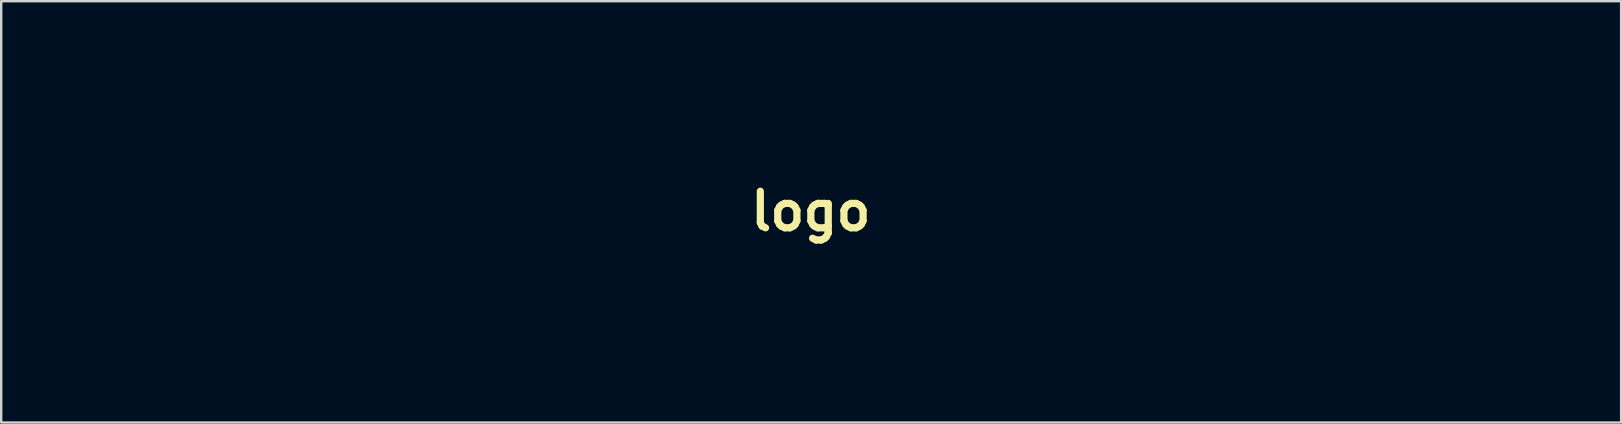
<source format=kicad_pcb>
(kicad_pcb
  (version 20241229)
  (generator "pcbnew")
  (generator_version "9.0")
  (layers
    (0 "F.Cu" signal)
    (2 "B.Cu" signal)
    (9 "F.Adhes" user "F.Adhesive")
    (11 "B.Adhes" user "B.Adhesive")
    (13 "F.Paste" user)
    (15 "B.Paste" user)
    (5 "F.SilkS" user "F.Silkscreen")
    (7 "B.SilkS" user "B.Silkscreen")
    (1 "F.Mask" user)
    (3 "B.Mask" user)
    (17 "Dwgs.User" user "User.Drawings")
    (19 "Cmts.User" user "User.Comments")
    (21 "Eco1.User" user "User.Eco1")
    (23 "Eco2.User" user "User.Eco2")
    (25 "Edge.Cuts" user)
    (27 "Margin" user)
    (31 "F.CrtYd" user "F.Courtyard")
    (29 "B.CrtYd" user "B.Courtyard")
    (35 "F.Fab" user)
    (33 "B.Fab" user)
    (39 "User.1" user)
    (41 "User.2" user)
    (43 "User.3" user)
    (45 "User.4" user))
  (footprint "logo"
    (layer "F.Cu")
    (at 30.738 5.753)
    (property "Reference" "logo" (at 0 0 0) (layer "F.SilkS") (effects (font (size 1.524 1.524) (thickness 0.3))))
    (attr through_hole)
    (fp_poly (pts (xy -13.075 -4.389) (xy -12.83 -4.225) (xy -12.716 -3.962) (xy -12.738 -3.607) (xy -12.866 -3.24) (xy -13.077 -2.927) (xy -13.363 -2.696) (xy -13.688 -2.561) (xy -14.013 -2.535) (xy -14.298 -2.633) (xy -14.393 -2.709) (xy -14.519 -2.939) (xy -14.562 -3.253) (xy -14.521 -3.588) (xy -14.444 -3.793) (xy -14.19 -4.157) (xy -13.877 -4.37) (xy -13.484 -4.445) (xy -13.448 -4.445) (xy -13.075 -4.389)) (stroke (width 0.01) (type solid)) (fill no) (layer "Eco2.User"))
    (fp_poly (pts (xy -21.514 -5.719) (xy -21.453 -5.656) (xy -21.474 -5.539) (xy -21.626 -5.367) (xy -21.698 -5.305) (xy -22.006 -5.056) (xy -21.619 -4.799) (xy -21.164 -4.413) (xy -20.859 -3.97) (xy -20.703 -3.492) (xy -20.696 -3.001) (xy -20.838 -2.518) (xy -21.128 -2.066) (xy -21.566 -1.666) (xy -21.675 -1.592) (xy -21.815 -1.479) (xy -21.824 -1.377) (xy -21.778 -1.299) (xy -21.5 -0.807) (xy -21.368 -0.33) (xy -21.362 0.121) (xy -21.501 0.863) (xy -21.769 1.495) (xy -22.166 2.017) (xy -22.69 2.429) (xy -22.925 2.558) (xy -23.273 2.714) (xy -23.562 2.799) (xy -23.877 2.833) (xy -24.092 2.836) (xy -24.439 2.826) (xy -24.684 2.785) (xy -24.894 2.695) (xy -25.051 2.599) (xy -25.323 2.373) (xy -25.575 2.092) (xy -25.641 1.997) (xy -25.872 1.632) (xy -26.347 2.074) (xy -26.8 2.456) (xy -27.221 2.711) (xy -27.662 2.863) (xy -28.174 2.931) (xy -28.363 2.94) (xy -28.915 2.929) (xy -29.323 2.864) (xy -29.414 2.834) (xy -29.898 2.572) (xy -30.293 2.202) (xy -30.574 1.755) (xy -30.719 1.263) (xy -30.733 1.055) (xy -30.672 0.681) (xy -30.511 0.29) (xy -30.284 -0.047) (xy -30.117 -0.205) (xy -29.792 -0.359) (xy -29.462 -0.38) (xy -29.162 -0.283) (xy -28.93 -0.084) (xy -28.801 0.201) (xy -28.787 0.349) (xy -28.808 0.555) (xy -28.892 0.736) (xy -29.069 0.945) (xy -29.168 1.045) (xy -29.411 1.31) (xy -29.524 1.51) (xy -29.515 1.68) (xy -29.391 1.851) (xy -29.379 1.863) (xy -29.124 2.005) (xy -28.8 2.012) (xy -28.427 1.889) (xy -28.026 1.644) (xy -27.628 1.292) (xy -25.28 1.292) (xy -25.139 1.541) (xy -24.874 1.721) (xy -24.662 1.821) (xy -24.522 1.852) (xy -24.375 1.822) (xy -24.241 1.773) (xy -23.874 1.551) (xy -23.547 1.199) (xy -23.282 0.754) (xy -23.103 0.255) (xy -23.03 -0.261) (xy -23.029 -0.308) (xy -23.061 -0.713) (xy -23.17 -0.987) (xy -23.374 -1.159) (xy -23.664 -1.251) (xy -23.891 -1.316) (xy -23.997 -1.414) (xy -24.029 -1.54) (xy -23.982 -1.769) (xy -23.793 -1.934) (xy -23.483 -2.022) (xy -23.303 -2.032) (xy -22.865 -2.098) (xy -22.528 -2.297) (xy -22.29 -2.631) (xy -22.148 -3.104) (xy -22.115 -3.364) (xy -22.102 -3.635) (xy -22.139 -3.814) (xy -22.251 -3.976) (xy -22.376 -4.104) (xy -22.565 -4.277) (xy -22.716 -4.385) (xy -22.765 -4.403) (xy -22.861 -4.341) (xy -23.022 -4.18) (xy -23.188 -3.983) (xy -23.314 -3.813) (xy -23.43 -3.631) (xy -23.544 -3.414) (xy -23.668 -3.137) (xy -23.812 -2.778) (xy -23.985 -2.314) (xy -24.198 -1.721) (xy -24.289 -1.465) (xy -24.624 -0.518) (xy -24.208 -0.567) (xy -23.96 -0.59) (xy -23.837 -0.573) (xy -23.795 -0.502) (xy -23.791 -0.434) (xy -23.834 -0.304) (xy -23.983 -0.181) (xy -24.237 -0.055) (xy -24.675 0.191) (xy -25.014 0.488) (xy -25.227 0.807) (xy -25.278 0.968) (xy -25.28 1.292) (xy -27.628 1.292) (xy -27.618 1.284) (xy -27.608 1.273) (xy -27.43 1.056) (xy -27.193 0.722) (xy -26.92 0.303) (xy -26.632 -0.168) (xy -26.458 -0.466) (xy -25.942 -1.358) (xy -25.485 -2.116) (xy -25.075 -2.759) (xy -24.698 -3.308) (xy -24.342 -3.782) (xy -24.197 -3.963) (xy -23.982 -4.234) (xy -23.822 -4.455) (xy -23.739 -4.596) (xy -23.734 -4.628) (xy -23.884 -4.679) (xy -24.153 -4.684) (xy -24.501 -4.647) (xy -24.885 -4.576) (xy -25.265 -4.474) (xy -25.461 -4.405) (xy -26.145 -4.08) (xy -26.702 -3.688) (xy -27.12 -3.239) (xy -27.391 -2.746) (xy -27.497 -2.29) (xy -27.514 -1.896) (xy -27.465 -1.622) (xy -27.33 -1.428) (xy -27.092 -1.273) (xy -27.052 -1.253) (xy -26.788 -1.109) (xy -26.658 -0.983) (xy -26.638 -0.838) (xy -26.677 -0.701) (xy -26.821 -0.511) (xy -27.041 -0.44) (xy -27.303 -0.481) (xy -27.575 -0.623) (xy -27.822 -0.859) (xy -27.94 -1.035) (xy -28.098 -1.479) (xy -28.123 -2.016) (xy -28.015 -2.651) (xy -27.98 -2.781) (xy -27.75 -3.308) (xy -27.375 -3.817) (xy -26.88 -4.286) (xy -26.287 -4.694) (xy -25.623 -5.019) (xy -25.416 -5.095) (xy -25.125 -5.185) (xy -24.837 -5.244) (xy -24.502 -5.279) (xy -24.072 -5.296) (xy -23.791 -5.3) (xy -23.334 -5.307) (xy -23.004 -5.323) (xy -22.758 -5.355) (xy -22.555 -5.409) (xy -22.353 -5.492) (xy -22.267 -5.532) (xy -21.91 -5.687) (xy -21.666 -5.748) (xy -21.514 -5.719)) (stroke (width 0.01) (type solid)) (fill no) (layer "Eco2.User"))
    (fp_poly (pts (xy 30.149 -4.51) (xy 30.354 -4.386) (xy 30.552 -4.156) (xy 30.701 -3.882) (xy 30.76 -3.622) (xy 30.759 -3.61) (xy 30.712 -3.381) (xy 30.581 -3.007) (xy 30.365 -2.492) (xy 30.067 -1.837) (xy 29.686 -1.044) (xy 29.335 -0.334) (xy 29.123 0.099) (xy 28.941 0.489) (xy 28.802 0.807) (xy 28.72 1.024) (xy 28.702 1.1) (xy 28.751 1.242) (xy 28.892 1.251) (xy 29.112 1.132) (xy 29.306 0.974) (xy 29.534 0.779) (xy 29.683 0.695) (xy 29.789 0.709) (xy 29.877 0.792) (xy 29.892 0.939) (xy 29.774 1.174) (xy 29.529 1.487) (xy 29.163 1.87) (xy 29.012 2.014) (xy 28.558 2.384) (xy 28.112 2.641) (xy 27.695 2.779) (xy 27.327 2.793) (xy 27.029 2.677) (xy 26.939 2.598) (xy 26.809 2.438) (xy 26.753 2.324) (xy 26.753 2.323) (xy 26.711 2.187) (xy 26.675 2.122) (xy 26.607 2.073) (xy 26.495 2.115) (xy 26.309 2.263) (xy 26.244 2.321) (xy 25.802 2.659) (xy 25.402 2.836) (xy 25.04 2.851) (xy 24.712 2.707) (xy 24.618 2.631) (xy 24.457 2.47) (xy 24.375 2.314) (xy 24.347 2.097) (xy 24.346 1.912) (xy 24.343 1.655) (xy 24.331 1.483) (xy 24.317 1.439) (xy 24.243 1.492) (xy 24.077 1.632) (xy 23.85 1.832) (xy 23.785 1.89) (xy 23.278 2.297) (xy 22.791 2.586) (xy 22.343 2.752) (xy 21.95 2.787) (xy 21.67 2.707) (xy 21.497 2.547) (xy 21.345 2.299) (xy 21.258 2.044) (xy 21.252 1.973) (xy 21.304 1.74) (xy 21.447 1.413) (xy 21.659 1.03) (xy 21.923 0.625) (xy 22.086 0.404) (xy 22.372 0.019) (xy 22.556 -0.262) (xy 22.649 -0.464) (xy 22.662 -0.609) (xy 22.608 -0.717) (xy 22.467 -0.826) (xy 22.391 -0.847) (xy 22.299 -0.784) (xy 22.125 -0.614) (xy 21.892 -0.36) (xy 21.622 -0.045) (xy 21.554 0.037) (xy 20.773 0.913) (xy 19.914 1.747) (xy 19.115 2.419) (xy 18.755 2.64) (xy 18.394 2.762) (xy 18.062 2.786) (xy 17.788 2.715) (xy 17.6 2.551) (xy 17.526 2.297) (xy 17.526 2.284) (xy 17.513 2.106) (xy 17.483 2.032) (xy 17.483 2.032) (xy 17.397 2.076) (xy 17.21 2.193) (xy 16.96 2.359) (xy 16.921 2.386) (xy 16.581 2.597) (xy 16.296 2.717) (xy 15.998 2.773) (xy 15.952 2.777) (xy 15.677 2.79) (xy 15.498 2.756) (xy 15.343 2.651) (xy 15.233 2.547) (xy 15.078 2.376) (xy 15.005 2.223) (xy 14.991 2.019) (xy 15.004 1.817) (xy 15.023 1.563) (xy 15.033 1.395) (xy 15.032 1.355) (xy 14.958 1.389) (xy 14.784 1.476) (xy 14.69 1.524) (xy 14.402 1.633) (xy 14.109 1.691) (xy 14.052 1.693) (xy 13.841 1.72) (xy 13.642 1.821) (xy 13.402 2.024) (xy 13.367 2.057) (xy 12.897 2.435) (xy 12.414 2.667) (xy 11.874 2.774) (xy 11.833 2.778) (xy 11.483 2.783) (xy 11.241 2.731) (xy 11.13 2.673) (xy 10.824 2.375) (xy 10.637 1.975) (xy 10.584 1.576) (xy 10.567 1.38) (xy 12.228 1.38) (xy 12.249 1.535) (xy 12.267 1.578) (xy 12.415 1.742) (xy 12.621 1.771) (xy 12.84 1.667) (xy 12.943 1.561) (xy 13.049 1.384) (xy 13.076 1.218) (xy 16.878 1.218) (xy 16.901 1.381) (xy 17.012 1.433) (xy 17.209 1.364) (xy 17.489 1.161) (xy 17.595 1.065) (xy 17.887 0.755) (xy 18.145 0.413) (xy 18.36 0.064) (xy 18.519 -0.268) (xy 18.612 -0.558) (xy 18.629 -0.78) (xy 18.557 -0.909) (xy 18.468 -0.931) (xy 18.312 -0.864) (xy 18.09 -0.678) (xy 17.827 -0.4) (xy 17.546 -0.053) (xy 17.37 0.191) (xy 17.109 0.611) (xy 16.946 0.958) (xy 16.878 1.218) (xy 13.076 1.218) (xy 13.082 1.178) (xy 13.065 0.927) (xy 13.057 0.582) (xy 13.141 0.368) (xy 13.327 0.267) (xy 13.477 0.254) (xy 13.643 0.23) (xy 13.76 0.13) (xy 13.876 -0.086) (xy 13.888 -0.113) (xy 14.023 -0.495) (xy 14.071 -0.81) (xy 14.036 -1.036) (xy 13.924 -1.155) (xy 13.742 -1.147) (xy 13.606 -1.077) (xy 13.441 -0.919) (xy 13.229 -0.644) (xy 12.994 -0.29) (xy 12.757 0.107) (xy 12.544 0.51) (xy 12.384 0.863) (xy 12.27 1.172) (xy 12.228 1.38) (xy 10.567 1.38) (xy 10.558 1.267) (xy 10.474 1.088) (xy 10.437 1.055) (xy 10.343 0.958) (xy 10.356 0.838) (xy 10.408 0.731) (xy 10.507 0.592) (xy 10.699 0.361) (xy 10.96 0.065) (xy 11.266 -0.269) (xy 11.389 -0.4) (xy 11.942 -0.956) (xy 12.427 -1.377) (xy 12.859 -1.674) (xy 13.256 -1.858) (xy 13.634 -1.94) (xy 13.783 -1.947) (xy 14.164 -1.922) (xy 14.424 -1.834) (xy 14.606 -1.662) (xy 14.689 -1.526) (xy 14.8 -1.14) (xy 14.793 -0.649) (xy 14.671 -0.071) (xy 14.587 0.188) (xy 14.472 0.534) (xy 14.42 0.757) (xy 14.425 0.889) (xy 14.459 0.946) (xy 14.527 0.964) (xy 14.641 0.909) (xy 14.819 0.765) (xy 15.077 0.519) (xy 15.346 0.249) (xy 15.676 -0.094) (xy 15.996 -0.437) (xy 16.27 -0.74) (xy 16.46 -0.963) (xy 16.799 -1.307) (xy 17.224 -1.577) (xy 17.335 -1.631) (xy 17.629 -1.761) (xy 17.862 -1.832) (xy 18.101 -1.858) (xy 18.416 -1.849) (xy 18.552 -1.84) (xy 19.224 -1.794) (xy 19.395 -2.129) (xy 19.565 -2.399) (xy 19.74 -2.517) (xy 19.947 -2.501) (xy 20.029 -2.468) (xy 20.238 -2.306) (xy 20.428 -2.053) (xy 20.551 -1.78) (xy 20.574 -1.64) (xy 20.537 -1.504) (xy 20.437 -1.248) (xy 20.286 -0.903) (xy 20.098 -0.499) (xy 19.981 -0.26) (xy 19.695 0.344) (xy 19.503 0.808) (xy 19.405 1.132) (xy 19.402 1.317) (xy 19.494 1.364) (xy 19.681 1.273) (xy 19.963 1.046) (xy 20.342 0.682) (xy 20.367 0.656) (xy 20.846 0.144) (xy 21.216 -0.303) (xy 21.469 -0.675) (xy 21.6 -0.964) (xy 21.603 -1.161) (xy 21.597 -1.172) (xy 21.509 -1.494) (xy 21.551 -1.831) (xy 21.699 -2.143) (xy 21.931 -2.387) (xy 22.223 -2.525) (xy 22.365 -2.54) (xy 22.641 -2.475) (xy 22.8 -2.294) (xy 22.827 -2.015) (xy 22.821 -1.976) (xy 22.811 -1.764) (xy 22.891 -1.651) (xy 23.08 -1.63) (xy 23.395 -1.694) (xy 23.526 -1.732) (xy 23.924 -1.832) (xy 24.21 -1.849) (xy 24.386 -1.775) (xy 24.456 -1.599) (xy 24.423 -1.312) (xy 24.29 -0.905) (xy 24.059 -0.368) (xy 24 -0.24) (xy 23.755 0.29) (xy 23.582 0.688) (xy 23.473 0.972) (xy 23.424 1.161) (xy 23.428 1.273) (xy 23.464 1.319) (xy 23.567 1.29) (xy 23.759 1.149) (xy 23.789 1.123) (xy 26.184 1.123) (xy 26.237 1.299) (xy 26.377 1.352) (xy 26.582 1.273) (xy 26.833 1.057) (xy 26.851 1.037) (xy 27.164 0.654) (xy 27.426 0.267) (xy 27.627 -0.1) (xy 27.759 -0.426) (xy 27.813 -0.688) (xy 27.779 -0.864) (xy 27.649 -0.931) (xy 27.642 -0.931) (xy 27.494 -0.864) (xy 27.286 -0.682) (xy 27.044 -0.417) (xy 26.793 -0.103) (xy 26.558 0.229) (xy 26.366 0.548) (xy 26.242 0.82) (xy 26.239 0.829) (xy 26.184 1.123) (xy 23.789 1.123) (xy 24.021 0.916) (xy 24.333 0.61) (xy 24.675 0.249) (xy 25.029 -0.148) (xy 25.198 -0.347) (xy 25.64 -0.828) (xy 26.096 -1.24) (xy 26.538 -1.559) (xy 26.939 -1.767) (xy 27.146 -1.828) (xy 27.554 -1.85) (xy 27.974 -1.786) (xy 28.118 -1.739) (xy 28.186 -1.75) (xy 28.281 -1.84) (xy 28.413 -2.025) (xy 28.595 -2.32) (xy 28.837 -2.742) (xy 28.992 -3.023) (xy 29.237 -3.459) (xy 29.461 -3.847) (xy 29.65 -4.16) (xy 29.788 -4.373) (xy 29.855 -4.457) (xy 30.036 -4.518) (xy 30.149 -4.51)) (stroke (width 0.01) (type solid)) (fill no) (layer "Eco2.User"))
    (fp_poly (pts (xy 9.982 -5.719) (xy 10.043 -5.656) (xy 10.022 -5.539) (xy 9.87 -5.367) (xy 9.798 -5.305) (xy 9.49 -5.056) (xy 9.877 -4.799) (xy 10.332 -4.413) (xy 10.637 -3.97) (xy 10.793 -3.492) (xy 10.8 -3.001) (xy 10.658 -2.518) (xy 10.368 -2.066) (xy 9.93 -1.666) (xy 9.821 -1.592) (xy 9.681 -1.479) (xy 9.672 -1.377) (xy 9.718 -1.299) (xy 9.996 -0.807) (xy 10.128 -0.33) (xy 10.134 0.121) (xy 9.995 0.863) (xy 9.727 1.495) (xy 9.33 2.017) (xy 8.806 2.429) (xy 8.571 2.558) (xy 8.223 2.714) (xy 7.934 2.799) (xy 7.619 2.833) (xy 7.404 2.836) (xy 7.057 2.826) (xy 6.812 2.785) (xy 6.602 2.695) (xy 6.445 2.599) (xy 6.173 2.373) (xy 5.921 2.092) (xy 5.855 1.997) (xy 5.624 1.632) (xy 5.149 2.074) (xy 4.662 2.476) (xy 4.193 2.743) (xy 3.698 2.895) (xy 3.233 2.95) (xy 2.554 2.925) (xy 1.97 2.776) (xy 1.492 2.509) (xy 1.129 2.13) (xy 0.997 1.903) (xy 0.846 1.642) (xy 0.713 1.537) (xy 0.58 1.579) (xy 0.501 1.66) (xy 0.374 1.777) (xy 0.155 1.947) (xy -0.081 2.114) (xy -0.614 2.452) (xy -1.05 2.672) (xy -1.409 2.779) (xy -1.711 2.778) (xy -1.977 2.672) (xy -2.11 2.575) (xy -2.281 2.382) (xy -2.359 2.148) (xy -2.346 1.848) (xy -2.241 1.453) (xy -2.092 1.056) (xy -1.817 0.377) (xy -2.75 1.311) (xy -3.24 1.777) (xy -3.712 2.179) (xy -4.146 2.504) (xy -4.522 2.736) (xy -4.819 2.861) (xy -4.938 2.879) (xy -5.098 2.817) (xy -5.3 2.665) (xy -5.496 2.47) (xy -5.635 2.281) (xy -5.673 2.17) (xy -5.645 2.033) (xy -5.571 1.784) (xy -5.464 1.467) (xy -5.419 1.341) (xy -5.253 0.85) (xy -5.169 0.508) (xy -5.168 0.313) (xy -5.249 0.266) (xy -5.413 0.367) (xy -5.661 0.614) (xy -5.965 0.974) (xy -6.369 1.469) (xy -6.692 1.848) (xy -6.954 2.131) (xy -7.174 2.338) (xy -7.372 2.487) (xy -7.568 2.6) (xy -7.619 2.624) (xy -7.903 2.742) (xy -8.088 2.773) (xy -8.197 2.739) (xy -8.309 2.637) (xy -8.359 2.494) (xy -8.341 2.291) (xy -8.25 2.008) (xy -8.082 1.626) (xy -7.831 1.126) (xy -7.746 0.964) (xy -7.532 0.551) (xy -7.351 0.193) (xy -7.217 -0.085) (xy -7.141 -0.256) (xy -7.13 -0.3) (xy -7.191 -0.249) (xy -7.335 -0.089) (xy -7.542 0.157) (xy -7.792 0.465) (xy -7.835 0.52) (xy -8.508 1.29) (xy -9.196 1.911) (xy -9.922 2.405) (xy -9.931 2.41) (xy -10.165 2.566) (xy -10.345 2.748) (xy -10.513 3.006) (xy -10.641 3.249) (xy -11.052 3.988) (xy -11.478 4.612) (xy -11.909 5.107) (xy -12.332 5.458) (xy -12.573 5.592) (xy -13.01 5.733) (xy -13.482 5.798) (xy -13.922 5.782) (xy -14.166 5.723) (xy -14.537 5.54) (xy -14.763 5.308) (xy -14.865 5.033) (xy -14.867 4.995) (xy -13.696 4.995) (xy -13.687 5.033) (xy -13.574 5.151) (xy -13.4 5.129) (xy -13.192 4.973) (xy -13.174 4.954) (xy -13.034 4.773) (xy -12.874 4.524) (xy -12.717 4.248) (xy -12.584 3.985) (xy -12.498 3.777) (xy -12.479 3.665) (xy -12.483 3.66) (xy -12.585 3.664) (xy -12.774 3.747) (xy -13.002 3.883) (xy -13.222 4.047) (xy -13.261 4.081) (xy -13.424 4.278) (xy -13.569 4.535) (xy -13.668 4.794) (xy -13.696 4.995) (xy -14.867 4.995) (xy -14.881 4.71) (xy -14.79 4.417) (xy -14.579 4.141) (xy -14.235 3.865) (xy -13.744 3.576) (xy -13.461 3.432) (xy -13.077 3.247) (xy -12.722 3.082) (xy -12.44 2.956) (xy -12.285 2.894) (xy -12.116 2.81) (xy -12.057 2.727) (xy -12.062 2.715) (xy -12.182 2.675) (xy -12.328 2.713) (xy -12.608 2.775) (xy -12.949 2.79) (xy -13.272 2.761) (xy -13.489 2.696) (xy -13.702 2.543) (xy -13.824 2.337) (xy -13.876 2.034) (xy -13.883 1.836) (xy -13.885 1.343) (xy -14.372 1.766) (xy -14.82 2.126) (xy -15.259 2.425) (xy -15.658 2.646) (xy -15.989 2.772) (xy -16.145 2.794) (xy -16.458 2.73) (xy -16.663 2.545) (xy -16.757 2.251) (xy -16.739 1.856) (xy -16.606 1.374) (xy -16.466 1.037) (xy -16.333 0.731) (xy -16.238 0.479) (xy -16.197 0.325) (xy -16.198 0.302) (xy -16.255 0.32) (xy -16.373 0.455) (xy -16.528 0.677) (xy -16.532 0.684) (xy -16.734 0.957) (xy -17.016 1.285) (xy -17.329 1.614) (xy -17.463 1.743) (xy -18.012 2.206) (xy -18.519 2.537) (xy -18.975 2.732) (xy -19.372 2.791) (xy -19.7 2.712) (xy -19.953 2.492) (xy -20.066 2.285) (xy -20.121 2.089) (xy -20.119 1.877) (xy -20.052 1.628) (xy -19.909 1.324) (xy -19.684 0.945) (xy -19.367 0.472) (xy -19.006 -0.035) (xy -18.814 -0.333) (xy -18.742 -0.543) (xy -18.787 -0.695) (xy -18.907 -0.795) (xy -18.964 -0.829) (xy -19.019 -0.84) (xy -19.086 -0.814) (xy -19.182 -0.734) (xy -19.324 -0.585) (xy -19.528 -0.351) (xy -19.81 -0.017) (xy -20.135 0.372) (xy -20.432 0.715) (xy -20.649 0.937) (xy -20.807 1.055) (xy -20.922 1.086) (xy -20.933 1.085) (xy -21.078 1.039) (xy -21.121 0.948) (xy -21.056 0.789) (xy -20.878 0.544) (xy -20.74 0.378) (xy -20.479 0.058) (xy -20.214 -0.285) (xy -20.012 -0.562) (xy -19.847 -0.818) (xy -19.774 -0.988) (xy -19.779 -1.114) (xy -19.804 -1.171) (xy -19.893 -1.493) (xy -19.851 -1.83) (xy -19.703 -2.142) (xy -19.471 -2.387) (xy -19.179 -2.524) (xy -19.037 -2.54) (xy -18.761 -2.475) (xy -18.602 -2.294) (xy -18.575 -2.015) (xy -18.581 -1.976) (xy -18.591 -1.764) (xy -18.511 -1.651) (xy -18.322 -1.63) (xy -18.007 -1.694) (xy -17.876 -1.732) (xy -17.478 -1.832) (xy -17.192 -1.849) (xy -17.016 -1.775) (xy -16.946 -1.599) (xy -16.979 -1.312) (xy -17.112 -0.905) (xy -17.343 -0.368) (xy -17.402 -0.24) (xy -17.647 0.289) (xy -17.82 0.687) (xy -17.928 0.971) (xy -17.977 1.159) (xy -17.974 1.272) (xy -17.937 1.32) (xy -17.825 1.303) (xy -17.662 1.194) (xy -17.638 1.173) (xy -17.464 0.989) (xy -17.218 0.701) (xy -16.927 0.343) (xy -16.619 -0.05) (xy -16.32 -0.444) (xy -16.058 -0.805) (xy -15.941 -0.974) (xy -15.646 -1.392) (xy -15.408 -1.679) (xy -15.209 -1.854) (xy -15.027 -1.936) (xy -14.92 -1.947) (xy -14.668 -1.871) (xy -14.429 -1.674) (xy -14.242 -1.4) (xy -14.145 -1.097) (xy -14.139 -1.011) (xy -14.172 -0.857) (xy -14.259 -0.591) (xy -14.386 -0.256) (xy -14.482 -0.024) (xy -14.688 0.476) (xy -14.82 0.84) (xy -14.881 1.084) (xy -14.875 1.222) (xy -14.805 1.27) (xy -14.795 1.27) (xy -14.7 1.212) (xy -14.641 1.163) (xy -12.005 1.163) (xy -11.998 1.211) (xy -11.879 1.337) (xy -11.688 1.331) (xy -11.45 1.199) (xy -11.269 1.035) (xy -11.083 0.804) (xy -10.881 0.497) (xy -10.685 0.155) (xy -10.516 -0.183) (xy -10.395 -0.476) (xy -10.342 -0.684) (xy -10.343 -0.728) (xy -10.429 -0.887) (xy -10.59 -0.903) (xy -10.814 -0.779) (xy -11.035 -0.575) (xy -11.247 -0.319) (xy -11.465 -0.001) (xy -11.67 0.344) (xy -11.841 0.677) (xy -11.96 0.962) (xy -12.005 1.163) (xy -14.641 1.163) (xy -14.507 1.05) (xy -14.234 0.802) (xy -13.902 0.486) (xy -13.53 0.12) (xy -13.409 -0.003) (xy -12.893 -0.519) (xy -12.474 -0.926) (xy -12.131 -1.235) (xy -11.845 -1.459) (xy -11.597 -1.613) (xy -11.367 -1.708) (xy -11.135 -1.758) (xy -10.882 -1.777) (xy -10.761 -1.778) (xy -10.433 -1.766) (xy -10.155 -1.735) (xy -9.986 -1.691) (xy -9.983 -1.689) (xy -9.86 -1.653) (xy -9.761 -1.724) (xy -9.671 -1.87) (xy -9.441 -2.242) (xy -9.236 -2.455) (xy -9.052 -2.516) (xy -9 -2.506) (xy -8.843 -2.397) (xy -8.662 -2.191) (xy -8.499 -1.949) (xy -8.397 -1.73) (xy -8.382 -1.647) (xy -8.417 -1.533) (xy -8.514 -1.291) (xy -8.663 -0.946) (xy -8.853 -0.522) (xy -9.073 -0.044) (xy -9.143 0.106) (xy -9.367 0.587) (xy -9.561 1.015) (xy -9.715 1.368) (xy -9.819 1.62) (xy -9.864 1.751) (xy -9.864 1.764) (xy -9.781 1.732) (xy -9.602 1.59) (xy -9.341 1.352) (xy -9.016 1.035) (xy -8.642 0.653) (xy -8.235 0.223) (xy -8.188 0.171) (xy -7.684 -0.417) (xy -7.152 -1.113) (xy -6.628 -1.866) (xy -6.146 -2.624) (xy -5.74 -3.337) (xy -5.65 -3.514) (xy -5.408 -3.972) (xy -5.207 -4.286) (xy -5.036 -4.472) (xy -4.879 -4.545) (xy -4.753 -4.533) (xy -4.605 -4.416) (xy -4.45 -4.187) (xy -4.316 -3.9) (xy -4.228 -3.609) (xy -4.208 -3.422) (xy -4.251 -3.243) (xy -4.361 -2.951) (xy -4.525 -2.581) (xy -4.729 -2.167) (xy -4.749 -2.13) (xy -4.94 -1.753) (xy -5.094 -1.432) (xy -5.199 -1.196) (xy -5.24 -1.073) (xy -5.239 -1.062) (xy -5.151 -1.081) (xy -4.946 -1.165) (xy -4.656 -1.3) (xy -4.374 -1.441) (xy -3.864 -1.682) (xy -3.467 -1.82) (xy -3.163 -1.859) (xy -2.933 -1.804) (xy -2.857 -1.757) (xy -2.733 -1.633) (xy -2.671 -1.484) (xy -2.678 -1.284) (xy -2.756 -1.012) (xy -2.911 -0.642) (xy -3.148 -0.152) (xy -3.17 -0.108) (xy -3.367 0.296) (xy -3.534 0.652) (xy -3.656 0.932) (xy -3.719 1.104) (xy -3.725 1.136) (xy -3.664 1.246) (xy -3.509 1.258) (xy -3.3 1.173) (xy -3.193 1.099) (xy -3.073 0.986) (xy -2.87 0.773) (xy -2.606 0.487) (xy -2.31 0.159) (xy -2.005 -0.184) (xy -1.717 -0.513) (xy -1.472 -0.801) (xy -1.295 -1.018) (xy -1.285 -1.031) (xy -1.218 -1.172) (xy -1.273 -1.328) (xy -1.286 -1.348) (xy -1.344 -1.559) (xy -1.247 -1.731) (xy -1.008 -1.847) (xy -0.895 -1.871) (xy -0.708 -1.912) (xy -0.556 -1.983) (xy -0.414 -2.11) (xy -0.254 -2.319) (xy -0.052 -2.637) (xy 0.074 -2.845) (xy 0.313 -3.22) (xy 0.504 -3.446) (xy 0.669 -3.534) (xy 0.829 -3.488) (xy 1.005 -3.318) (xy 1.096 -3.201) (xy 1.262 -2.951) (xy 1.329 -2.753) (xy 1.321 -2.54) (xy 1.321 -2.54) (xy 1.283 -2.288) (xy 1.252 -2.084) (xy 1.251 -2.078) (xy 1.271 -1.96) (xy 1.397 -1.89) (xy 1.546 -1.858) (xy 1.805 -1.801) (xy 1.916 -1.727) (xy 1.901 -1.606) (xy 1.83 -1.484) (xy 1.71 -1.348) (xy 1.546 -1.284) (xy 1.289 -1.269) (xy 1.032 -1.256) (xy 0.844 -1.224) (xy 0.799 -1.205) (xy 0.686 -1.077) (xy 0.521 -0.831) (xy 0.325 -0.5) (xy 0.114 -0.12) (xy -0.092 0.274) (xy -0.274 0.647) (xy -0.415 0.965) (xy -0.496 1.191) (xy -0.508 1.263) (xy -0.456 1.447) (xy -0.311 1.492) (xy -0.183 1.447) (xy 0.143 1.224) (xy 0.484 0.917) (xy 0.779 0.583) (xy 0.931 0.356) (xy 1.213 -0.045) (xy 1.533 -0.287) (xy 1.901 -0.376) (xy 1.946 -0.377) (xy 2.3 -0.308) (xy 2.557 -0.114) (xy 2.693 0.184) (xy 2.709 0.349) (xy 2.688 0.555) (xy 2.604 0.736) (xy 2.427 0.945) (xy 2.328 1.045) (xy 2.085 1.31) (xy 1.972 1.51) (xy 1.981 1.68) (xy 2.105 1.851) (xy 2.117 1.863) (xy 2.372 2.005) (xy 2.696 2.012) (xy 3.069 1.889) (xy 3.47 1.644) (xy 3.868 1.292) (xy 6.216 1.292) (xy 6.357 1.541) (xy 6.622 1.721) (xy 6.834 1.821) (xy 6.974 1.852) (xy 7.121 1.822) (xy 7.255 1.773) (xy 7.622 1.551) (xy 7.949 1.199) (xy 8.214 0.754) (xy 8.393 0.255) (xy 8.466 -0.261) (xy 8.467 -0.308) (xy 8.435 -0.713) (xy 8.326 -0.987) (xy 8.122 -1.159) (xy 7.832 -1.251) (xy 7.605 -1.316) (xy 7.499 -1.414) (xy 7.467 -1.54) (xy 7.514 -1.769) (xy 7.703 -1.934) (xy 8.013 -2.022) (xy 8.193 -2.032) (xy 8.631 -2.098) (xy 8.968 -2.297) (xy 9.206 -2.631) (xy 9.348 -3.104) (xy 9.381 -3.364) (xy 9.394 -3.635) (xy 9.357 -3.814) (xy 9.245 -3.976) (xy 9.12 -4.104) (xy 8.931 -4.277) (xy 8.78 -4.385) (xy 8.731 -4.403) (xy 8.635 -4.341) (xy 8.474 -4.18) (xy 8.308 -3.983) (xy 8.182 -3.813) (xy 8.066 -3.631) (xy 7.952 -3.414) (xy 7.828 -3.137) (xy 7.684 -2.778) (xy 7.511 -2.314) (xy 7.298 -1.721) (xy 7.207 -1.465) (xy 6.872 -0.518) (xy 7.288 -0.567) (xy 7.536 -0.59) (xy 7.659 -0.573) (xy 7.701 -0.502) (xy 7.705 -0.434) (xy 7.662 -0.304) (xy 7.513 -0.181) (xy 7.259 -0.055) (xy 6.821 0.191) (xy 6.482 0.488) (xy 6.269 0.807) (xy 6.218 0.968) (xy 6.216 1.292) (xy 3.868 1.292) (xy 3.878 1.284) (xy 3.888 1.273) (xy 4.066 1.056) (xy 4.303 0.722) (xy 4.576 0.303) (xy 4.864 -0.168) (xy 5.038 -0.466) (xy 5.554 -1.358) (xy 6.011 -2.116) (xy 6.421 -2.759) (xy 6.798 -3.308) (xy 7.154 -3.782) (xy 7.299 -3.963) (xy 7.514 -4.234) (xy 7.674 -4.455) (xy 7.757 -4.596) (xy 7.762 -4.628) (xy 7.612 -4.679) (xy 7.343 -4.684) (xy 6.995 -4.647) (xy 6.611 -4.576) (xy 6.231 -4.474) (xy 6.035 -4.405) (xy 5.351 -4.08) (xy 4.794 -3.688) (xy 4.376 -3.239) (xy 4.105 -2.746) (xy 3.999 -2.29) (xy 3.982 -1.896) (xy 4.031 -1.622) (xy 4.166 -1.428) (xy 4.404 -1.273) (xy 4.444 -1.253) (xy 4.708 -1.109) (xy 4.838 -0.983) (xy 4.858 -0.838) (xy 4.819 -0.701) (xy 4.675 -0.511) (xy 4.455 -0.44) (xy 4.193 -0.481) (xy 3.921 -0.623) (xy 3.674 -0.859) (xy 3.556 -1.035) (xy 3.398 -1.479) (xy 3.373 -2.016) (xy 3.481 -2.651) (xy 3.516 -2.781) (xy 3.746 -3.308) (xy 4.121 -3.817) (xy 4.616 -4.286) (xy 5.209 -4.694) (xy 5.873 -5.019) (xy 6.08 -5.095) (xy 6.371 -5.185) (xy 6.659 -5.244) (xy 6.994 -5.279) (xy 7.424 -5.296) (xy 7.705 -5.3) (xy 8.162 -5.307) (xy 8.492 -5.323) (xy 8.738 -5.355) (xy 8.941 -5.409) (xy 9.143 -5.492) (xy 9.229 -5.532) (xy 9.586 -5.687) (xy 9.83 -5.748) (xy 9.982 -5.719)) (stroke (width 0.01) (type solid)) (fill no) (layer "Eco2.User")))
  (gr_rect
    (start -3 -3)
    (end 64.503 14.557)
    (stroke (width 0.1) (type default))
    (fill no)
    (layer "Edge.Cuts")))
</source>
